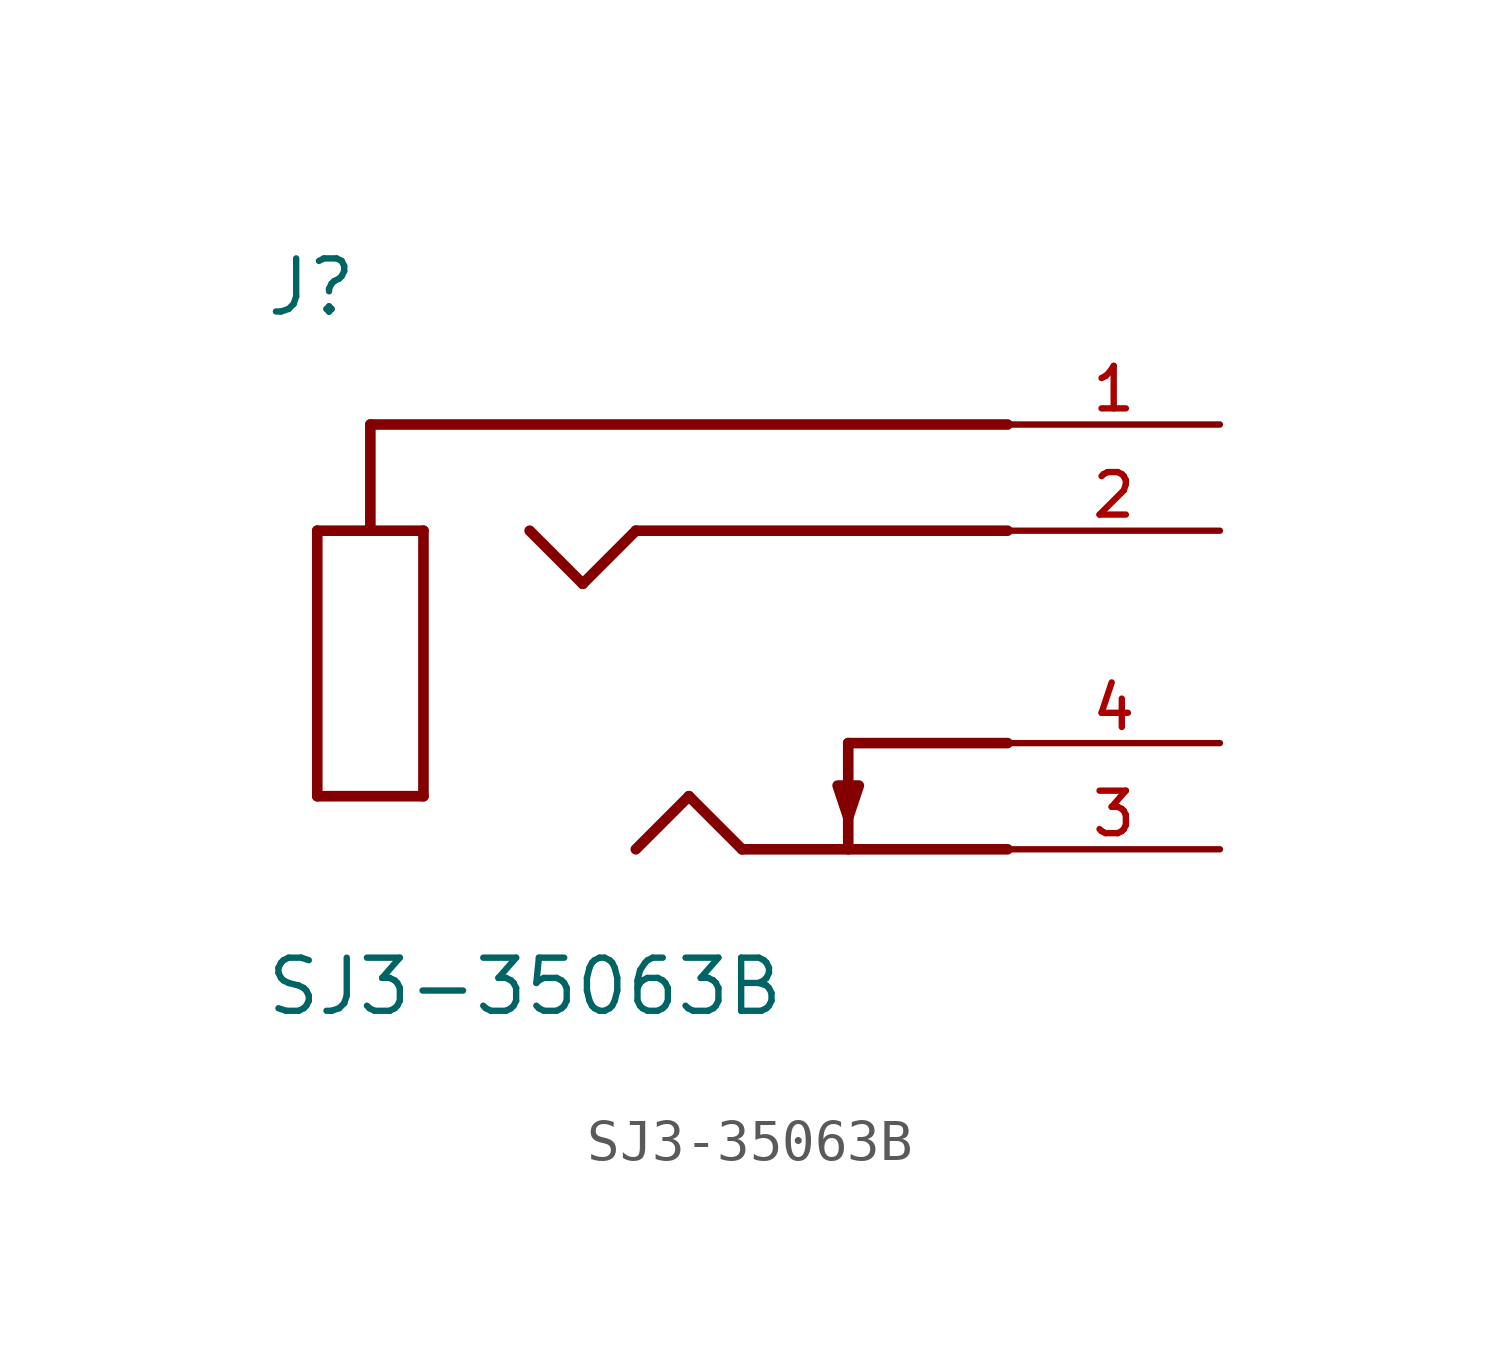
<source format=kicad_sym>
(kicad_symbol_lib
  (version 20211014)
  (generator kicad_symbol_editor)
  (symbol "SJ3-35063B"
    (pin_names
      (offset 1.016))
    (property "Reference" "J"
      (at -10.16 7.62 0)
      (effects (font (size 1.27 1.27)) (justify bottom left)))
    (property "Value" "SJ3-35063B"
      (at -10.16 -7.62 0)
      (effects (font (size 1.27 1.27)) (justify top left)))
    (symbol "SJ3-35063B_0_0"
      (polyline (pts (xy -8.89 2.54) (xy -7.62 2.54)) (stroke (width 0.254)))
      (polyline (pts (xy -7.62 2.54) (xy -6.35 2.54)) (stroke (width 0.254)))
      (polyline (pts (xy -6.35 2.54) (xy -6.35 -3.81)) (stroke (width 0.254)))
      (polyline (pts (xy -6.35 -3.81) (xy -8.89 -3.81)) (stroke (width 0.254)))
      (polyline (pts (xy -8.89 -3.81) (xy -8.89 2.54)) (stroke (width 0.254)))
      (polyline (pts (xy -7.62 2.54) (xy -7.62 5.08)) (stroke (width 0.254)))
      (polyline (pts (xy -7.62 5.08) (xy 7.62 5.08)) (stroke (width 0.254)))
      (polyline (pts (xy -3.81 2.54) (xy -2.54 1.27)) (stroke (width 0.254)))
      (polyline (pts (xy -2.54 1.27) (xy -1.27 2.54)) (stroke (width 0.254)))
      (polyline (pts (xy -1.27 2.54) (xy 7.62 2.54)) (stroke (width 0.254)))
      (polyline (pts (xy -1.27 -5.08) (xy 0.0 -3.81)) (stroke (width 0.254)))
      (polyline (pts (xy 0.0 -3.81) (xy 1.27 -5.08)) (stroke (width 0.254)))
      (polyline (pts (xy 1.27 -5.08) (xy 7.62 -5.08)) (stroke (width 0.254)))
      (polyline (pts (xy 3.81 -2.54) (xy 3.81 -5.08)) (stroke (width 0.254)))
      (polyline (pts (xy 3.81 -4.318) (xy 4.064 -3.556) (xy 3.556 -3.556) (xy 3.81 -4.318)) (stroke (width 0.254)) (fill (type outline)))
      (polyline (pts (xy 3.81 -2.54) (xy 7.62 -2.54)) (stroke (width 0.254)))
      (pin passive line (at 12.7 5.08 180.0) (length 5.08) (name "~" (effects (font (size 1.016 1.016)))) (number "1" (effects (font (size 1.016 1.016)))))
      (pin passive line (at 12.7 2.54 180.0) (length 5.08) (name "~" (effects (font (size 1.016 1.016)))) (number "2" (effects (font (size 1.016 1.016)))))
      (pin passive line (at 12.7 -5.08 180.0) (length 5.08) (name "~" (effects (font (size 1.016 1.016)))) (number "3" (effects (font (size 1.016 1.016)))))
      (pin passive line (at 12.7 -2.54 180.0) (length 5.08) (name "~" (effects (font (size 1.016 1.016)))) (number "4" (effects (font (size 1.016 1.016))))))))
</source>
